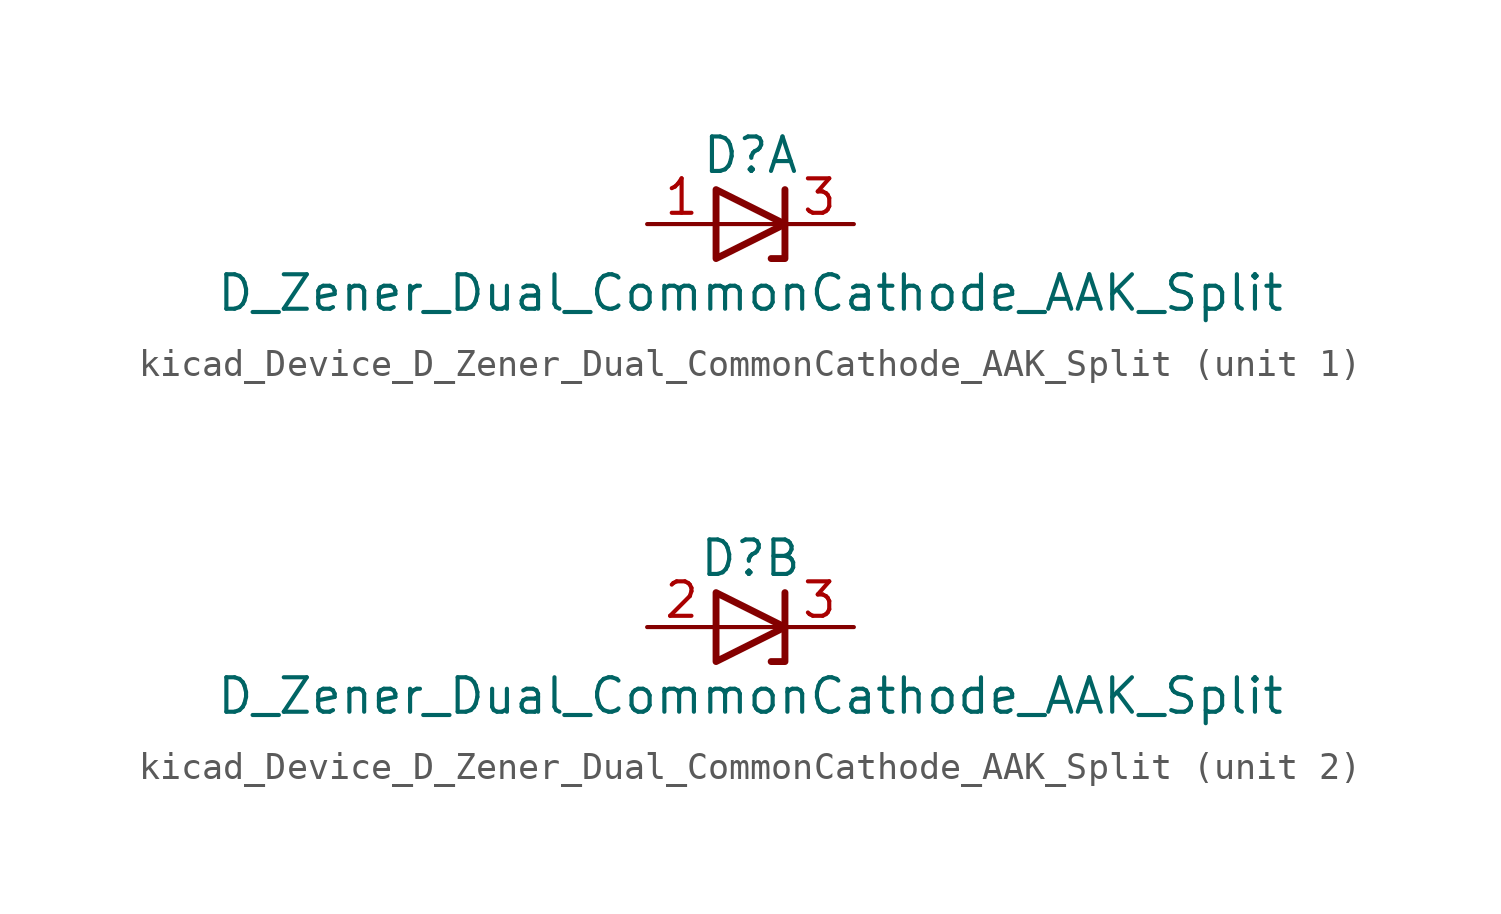
<source format=kicad_sym>
(kicad_symbol_lib
  (version 20220914)
  (generator kicad_symbol_editor)
  (symbol "kicad_Device_D_Zener_Dual_CommonCathode_AAK_Split"
    (pin_names
      (offset 0.762) hide)
    (property "Reference" "D"
      (at 0 2.54 0)
      (effects (font (size 1.27 1.27))))
    (property "Value" "D_Zener_Dual_CommonCathode_AAK_Split"
      (at 0 -2.54 0)
      (effects (font (size 1.27 1.27))))
    (property "ki_locked" ""
      (at 0 0 0)
      (effects (font (size 1.27 1.27))))
    (symbol "kicad_Device_D_Zener_Dual_CommonCathode_AAK_Split_0_0"
      (polyline (pts (xy 1.27 1.27) (xy 1.27 -1.27) (xy 0.762 -1.27)) (stroke (width 0.254) (type default)) (fill (type none))))
    (symbol "kicad_Device_D_Zener_Dual_CommonCathode_AAK_Split_0_1"
      (polyline (pts (xy 1.27 0) (xy -1.27 0)) (stroke (width 0) (type default)) (fill (type none)))
      (polyline (pts (xy -1.27 1.27) (xy 1.27 0) (xy -1.27 -1.27) (xy -1.27 1.27) (xy -1.27 1.27) (xy -1.27 1.27)) (stroke (width 0.254) (type default)) (fill (type none)))
      (pin passive line (at 3.81 0 180) (length 2.54) (name "K" (effects (font (size 1.27 1.27)))) (number "3" (effects (font (size 1.27 1.27))))))
    (symbol "kicad_Device_D_Zener_Dual_CommonCathode_AAK_Split_1_1"
      (pin passive line (at -3.81 0 0) (length 2.54) (name "A" (effects (font (size 1.27 1.27)))) (number "1" (effects (font (size 1.27 1.27))))))
    (symbol "kicad_Device_D_Zener_Dual_CommonCathode_AAK_Split_2_1"
      (pin passive line (at -3.81 0 0) (length 2.54) (name "K" (effects (font (size 1.27 1.27)))) (number "2" (effects (font (size 1.27 1.27))))))))
</source>
